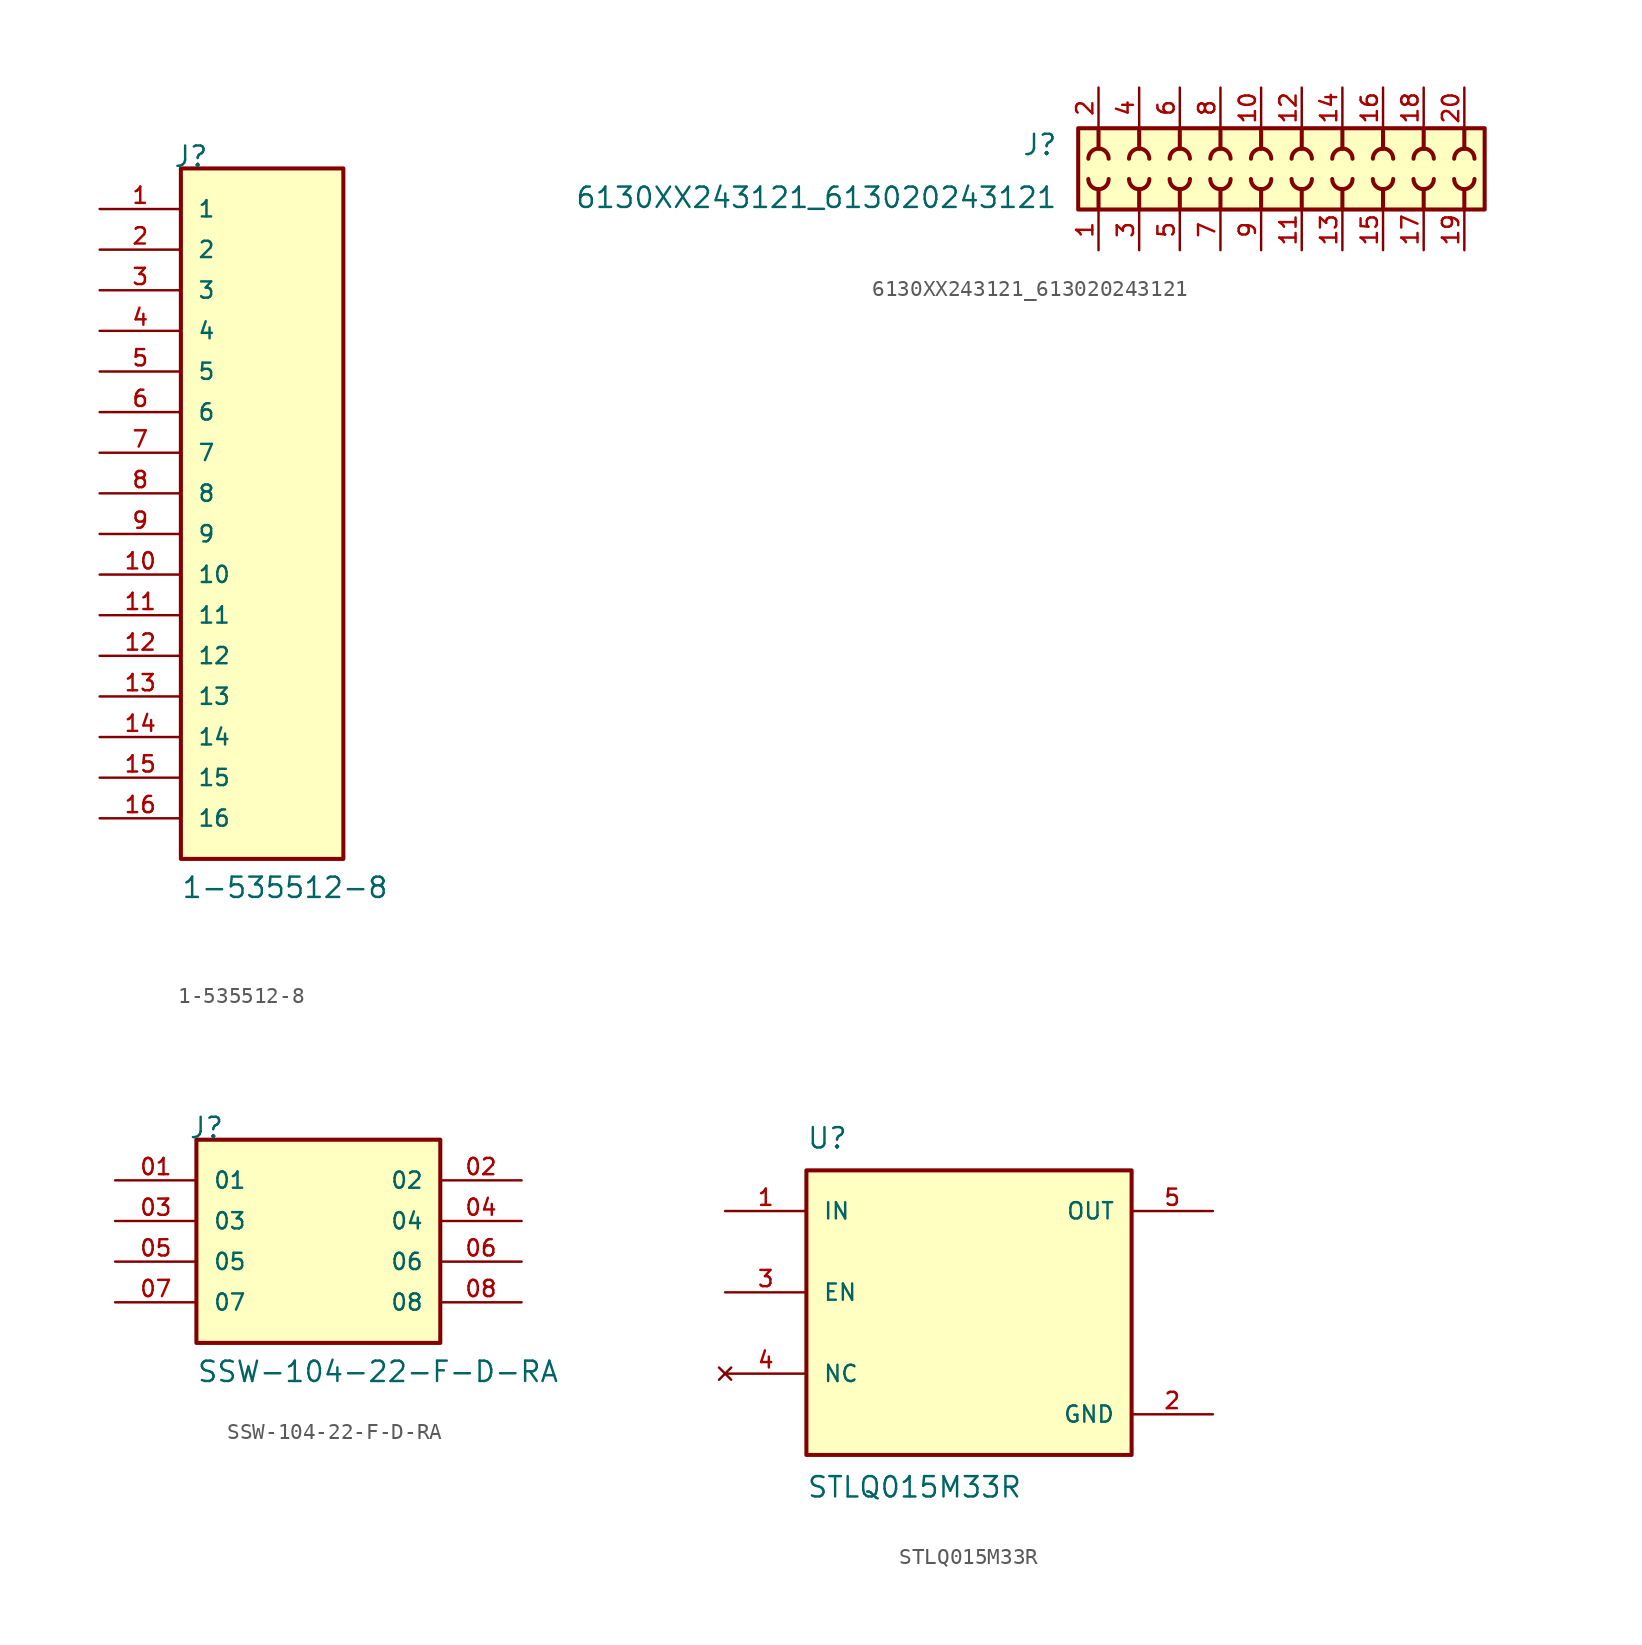
<source format=kicad_sym>
(kicad_symbol_lib
  (version 20241209)
  (generator "kicad_symbol_editor")
  (generator_version "9.0")
  (symbol "1-535512-8"
    (pin_names
      (offset 1.016))
    (property "Reference" "J"
      (at -5.58 22.86 0)
      (effects (font (size 1.27 1.27)) (justify left bottom)))
    (property "Value" "1-535512-8"
      (at -5.08 -22.86 0)
      (effects (font (size 1.27 1.27)) (justify left bottom)))
    (symbol "1-535512-8_0_0"
      (rectangle (start -5.08 -20.32) (end 5.08 22.86) (stroke (width 0.254) (type default)) (fill (type background)))
      (pin passive line (at -10.16 20.32 0) (length 5.08) (name "1" (effects (font (size 1.016 1.016)))) (number "1" (effects (font (size 1.016 1.016)))))
      (pin passive line (at -10.16 17.78 0) (length 5.08) (name "2" (effects (font (size 1.016 1.016)))) (number "2" (effects (font (size 1.016 1.016)))))
      (pin passive line (at -10.16 15.24 0) (length 5.08) (name "3" (effects (font (size 1.016 1.016)))) (number "3" (effects (font (size 1.016 1.016)))))
      (pin passive line (at -10.16 12.7 0) (length 5.08) (name "4" (effects (font (size 1.016 1.016)))) (number "4" (effects (font (size 1.016 1.016)))))
      (pin passive line (at -10.16 10.16 0) (length 5.08) (name "5" (effects (font (size 1.016 1.016)))) (number "5" (effects (font (size 1.016 1.016)))))
      (pin passive line (at -10.16 7.62 0) (length 5.08) (name "6" (effects (font (size 1.016 1.016)))) (number "6" (effects (font (size 1.016 1.016)))))
      (pin passive line (at -10.16 5.08 0) (length 5.08) (name "7" (effects (font (size 1.016 1.016)))) (number "7" (effects (font (size 1.016 1.016)))))
      (pin passive line (at -10.16 2.54 0) (length 5.08) (name "8" (effects (font (size 1.016 1.016)))) (number "8" (effects (font (size 1.016 1.016)))))
      (pin passive line (at -10.16 0 0) (length 5.08) (name "9" (effects (font (size 1.016 1.016)))) (number "9" (effects (font (size 1.016 1.016)))))
      (pin passive line (at -10.16 -2.54 0) (length 5.08) (name "10" (effects (font (size 1.016 1.016)))) (number "10" (effects (font (size 1.016 1.016)))))
      (pin passive line (at -10.16 -5.08 0) (length 5.08) (name "11" (effects (font (size 1.016 1.016)))) (number "11" (effects (font (size 1.016 1.016)))))
      (pin passive line (at -10.16 -7.62 0) (length 5.08) (name "12" (effects (font (size 1.016 1.016)))) (number "12" (effects (font (size 1.016 1.016)))))
      (pin passive line (at -10.16 -10.16 0) (length 5.08) (name "13" (effects (font (size 1.016 1.016)))) (number "13" (effects (font (size 1.016 1.016)))))
      (pin passive line (at -10.16 -12.7 0) (length 5.08) (name "14" (effects (font (size 1.016 1.016)))) (number "14" (effects (font (size 1.016 1.016)))))
      (pin passive line (at -10.16 -15.24 0) (length 5.08) (name "15" (effects (font (size 1.016 1.016)))) (number "15" (effects (font (size 1.016 1.016)))))
      (pin passive line (at -10.16 -17.78 0) (length 5.08) (name "16" (effects (font (size 1.016 1.016)))) (number "16" (effects (font (size 1.016 1.016)))))))
  (symbol "6130XX243121_613020243121"
    (pin_names
      (offset 1.016))
    (property "Reference" "J"
      (at -12.7 0.762 0)
      (effects (font (size 1.27 1.27)) (justify right bottom)))
    (property "Value" "6130XX243121_613020243121"
      (at -12.7 -2.54 0)
      (effects (font (size 1.27 1.27)) (justify right bottom)))
    (symbol "6130XX243121_613020243121_0_0"
      (rectangle (start -11.43 -2.54) (end 13.97 2.54) (stroke (width 0.254) (type default)) (fill (type background)))
      (polyline (pts (xy -10.16 1.27) (xy -10.16 2.54)) (stroke (width 0.254) (type default)) (fill (type none)))
      (arc (start -10.795 0.635) (mid -10.609 1.084) (end -10.16 1.27) (stroke (width 0.254) (type default)) (fill (type none)))
      (arc (start -10.16 1.27) (mid -9.711 1.084) (end -9.525 0.635) (stroke (width 0.254) (type default)) (fill (type none)))
      (arc (start -10.16 -1.27) (mid -10.609 -1.084) (end -10.795 -0.635) (stroke (width 0.254) (type default)) (fill (type none)))
      (arc (start -9.525 -0.635) (mid -9.711 -1.084) (end -10.16 -1.27) (stroke (width 0.254) (type default)) (fill (type none)))
      (polyline (pts (xy -10.16 -1.27) (xy -10.16 -2.54)) (stroke (width 0.254) (type default)) (fill (type none)))
      (polyline (pts (xy -7.62 1.27) (xy -7.62 2.54)) (stroke (width 0.254) (type default)) (fill (type none)))
      (arc (start -8.255 0.635) (mid -8.069 1.084) (end -7.62 1.27) (stroke (width 0.254) (type default)) (fill (type none)))
      (arc (start -7.62 1.27) (mid -7.171 1.084) (end -6.985 0.635) (stroke (width 0.254) (type default)) (fill (type none)))
      (arc (start -7.62 -1.27) (mid -8.069 -1.084) (end -8.255 -0.635) (stroke (width 0.254) (type default)) (fill (type none)))
      (arc (start -6.985 -0.635) (mid -7.171 -1.084) (end -7.62 -1.27) (stroke (width 0.254) (type default)) (fill (type none)))
      (polyline (pts (xy -7.62 -1.27) (xy -7.62 -2.54)) (stroke (width 0.254) (type default)) (fill (type none)))
      (polyline (pts (xy -5.08 1.27) (xy -5.08 2.54)) (stroke (width 0.254) (type default)) (fill (type none)))
      (arc (start -5.715 0.635) (mid -5.529 1.084) (end -5.08 1.27) (stroke (width 0.254) (type default)) (fill (type none)))
      (arc (start -5.08 1.27) (mid -4.631 1.084) (end -4.445 0.635) (stroke (width 0.254) (type default)) (fill (type none)))
      (arc (start -5.08 -1.27) (mid -5.529 -1.084) (end -5.715 -0.635) (stroke (width 0.254) (type default)) (fill (type none)))
      (arc (start -4.445 -0.635) (mid -4.631 -1.084) (end -5.08 -1.27) (stroke (width 0.254) (type default)) (fill (type none)))
      (polyline (pts (xy -5.08 -1.27) (xy -5.08 -2.54)) (stroke (width 0.254) (type default)) (fill (type none)))
      (polyline (pts (xy -2.54 1.27) (xy -2.54 2.54)) (stroke (width 0.254) (type default)) (fill (type none)))
      (arc (start -3.175 0.635) (mid -2.989 1.084) (end -2.54 1.27) (stroke (width 0.254) (type default)) (fill (type none)))
      (arc (start -2.54 1.27) (mid -2.091 1.084) (end -1.905 0.635) (stroke (width 0.254) (type default)) (fill (type none)))
      (arc (start -2.54 -1.27) (mid -2.989 -1.084) (end -3.175 -0.635) (stroke (width 0.254) (type default)) (fill (type none)))
      (arc (start -1.905 -0.635) (mid -2.091 -1.084) (end -2.54 -1.27) (stroke (width 0.254) (type default)) (fill (type none)))
      (polyline (pts (xy -2.54 -1.27) (xy -2.54 -2.54)) (stroke (width 0.254) (type default)) (fill (type none)))
      (polyline (pts (xy 0 1.27) (xy 0 2.54)) (stroke (width 0.254) (type default)) (fill (type none)))
      (arc (start -0.635 0.635) (mid -0.449 1.084) (end 0 1.27) (stroke (width 0.254) (type default)) (fill (type none)))
      (arc (start 0 1.27) (mid 0.449 1.084) (end 0.635 0.635) (stroke (width 0.254) (type default)) (fill (type none)))
      (arc (start 0 -1.27) (mid -0.449 -1.084) (end -0.635 -0.635) (stroke (width 0.254) (type default)) (fill (type none)))
      (arc (start 0.635 -0.635) (mid 0.449 -1.084) (end 0 -1.27) (stroke (width 0.254) (type default)) (fill (type none)))
      (polyline (pts (xy 0 -1.27) (xy 0 -2.54)) (stroke (width 0.254) (type default)) (fill (type none)))
      (polyline (pts (xy 2.54 1.27) (xy 2.54 2.54)) (stroke (width 0.254) (type default)) (fill (type none)))
      (arc (start 1.905 0.635) (mid 2.091 1.084) (end 2.54 1.27) (stroke (width 0.254) (type default)) (fill (type none)))
      (arc (start 2.54 1.27) (mid 2.989 1.084) (end 3.175 0.635) (stroke (width 0.254) (type default)) (fill (type none)))
      (arc (start 2.54 -1.27) (mid 2.091 -1.084) (end 1.905 -0.635) (stroke (width 0.254) (type default)) (fill (type none)))
      (arc (start 3.175 -0.635) (mid 2.989 -1.084) (end 2.54 -1.27) (stroke (width 0.254) (type default)) (fill (type none)))
      (polyline (pts (xy 2.54 -1.27) (xy 2.54 -2.54)) (stroke (width 0.254) (type default)) (fill (type none)))
      (arc (start 5.715 -0.635) (mid 5.5273 -1.0808) (end 5.08 -1.27) (stroke (width 0.254) (type default)) (fill (type none)))
      (polyline (pts (xy 5.08 1.27) (xy 5.08 2.54)) (stroke (width 0.254) (type default)) (fill (type none)))
      (arc (start 5.08 1.27) (mid 5.529 1.084) (end 5.715 0.635) (stroke (width 0.254) (type default)) (fill (type none)))
      (arc (start 5.08 -1.27) (mid 4.631 -1.084) (end 4.445 -0.635) (stroke (width 0.254) (type default)) (fill (type none)))
      (polyline (pts (xy 5.08 -1.27) (xy 5.08 -2.54)) (stroke (width 0.254) (type default)) (fill (type none)))
      (arc (start 4.445 0.635) (mid 4.6327 1.0808) (end 5.08 1.27) (stroke (width 0.254) (type default)) (fill (type none)))
      (arc (start 8.255 -0.635) (mid 8.0673 -1.0808) (end 7.62 -1.27) (stroke (width 0.254) (type default)) (fill (type none)))
      (polyline (pts (xy 7.62 1.27) (xy 7.62 2.54)) (stroke (width 0.254) (type default)) (fill (type none)))
      (arc (start 7.62 1.27) (mid 8.069 1.084) (end 8.255 0.635) (stroke (width 0.254) (type default)) (fill (type none)))
      (arc (start 7.62 -1.27) (mid 7.171 -1.084) (end 6.985 -0.635) (stroke (width 0.254) (type default)) (fill (type none)))
      (polyline (pts (xy 7.62 -1.27) (xy 7.62 -2.54)) (stroke (width 0.254) (type default)) (fill (type none)))
      (arc (start 6.985 0.635) (mid 7.1727 1.0808) (end 7.62 1.27) (stroke (width 0.254) (type default)) (fill (type none)))
      (arc (start 10.795 -0.635) (mid 10.6073 -1.0808) (end 10.16 -1.27) (stroke (width 0.254) (type default)) (fill (type none)))
      (polyline (pts (xy 10.16 1.27) (xy 10.16 2.54)) (stroke (width 0.254) (type default)) (fill (type none)))
      (arc (start 10.16 1.27) (mid 10.609 1.084) (end 10.795 0.635) (stroke (width 0.254) (type default)) (fill (type none)))
      (arc (start 10.16 -1.27) (mid 9.711 -1.084) (end 9.525 -0.635) (stroke (width 0.254) (type default)) (fill (type none)))
      (polyline (pts (xy 10.16 -1.27) (xy 10.16 -2.54)) (stroke (width 0.254) (type default)) (fill (type none)))
      (arc (start 9.525 0.635) (mid 9.7127 1.0808) (end 10.16 1.27) (stroke (width 0.254) (type default)) (fill (type none)))
      (arc (start 13.335 -0.635) (mid 13.1473 -1.0808) (end 12.7 -1.27) (stroke (width 0.254) (type default)) (fill (type none)))
      (polyline (pts (xy 12.7 1.27) (xy 12.7 2.54)) (stroke (width 0.254) (type default)) (fill (type none)))
      (arc (start 12.7 1.27) (mid 13.149 1.084) (end 13.335 0.635) (stroke (width 0.254) (type default)) (fill (type none)))
      (arc (start 12.7 -1.27) (mid 12.251 -1.084) (end 12.065 -0.635) (stroke (width 0.254) (type default)) (fill (type none)))
      (polyline (pts (xy 12.7 -1.27) (xy 12.7 -2.54)) (stroke (width 0.254) (type default)) (fill (type none)))
      (arc (start 12.065 0.635) (mid 12.2527 1.0808) (end 12.7 1.27) (stroke (width 0.254) (type default)) (fill (type none)))
      (pin passive line (at -10.16 5.08 270) (length 2.54) (name "~" (effects (font (size 1.016 1.016)))) (number "2" (effects (font (size 1.016 1.016)))))
      (pin passive line (at -10.16 -5.08 90) (length 2.54) (name "~" (effects (font (size 1.016 1.016)))) (number "1" (effects (font (size 1.016 1.016)))))
      (pin passive line (at -7.62 5.08 270) (length 2.54) (name "~" (effects (font (size 1.016 1.016)))) (number "4" (effects (font (size 1.016 1.016)))))
      (pin passive line (at -7.62 -5.08 90) (length 2.54) (name "~" (effects (font (size 1.016 1.016)))) (number "3" (effects (font (size 1.016 1.016)))))
      (pin passive line (at -5.08 5.08 270) (length 2.54) (name "~" (effects (font (size 1.016 1.016)))) (number "6" (effects (font (size 1.016 1.016)))))
      (pin passive line (at -5.08 -5.08 90) (length 2.54) (name "~" (effects (font (size 1.016 1.016)))) (number "5" (effects (font (size 1.016 1.016)))))
      (pin passive line (at -2.54 5.08 270) (length 2.54) (name "~" (effects (font (size 1.016 1.016)))) (number "8" (effects (font (size 1.016 1.016)))))
      (pin passive line (at -2.54 -5.08 90) (length 2.54) (name "~" (effects (font (size 1.016 1.016)))) (number "7" (effects (font (size 1.016 1.016)))))
      (pin passive line (at 0 5.08 270) (length 2.54) (name "~" (effects (font (size 1.016 1.016)))) (number "10" (effects (font (size 1.016 1.016)))))
      (pin passive line (at 0 -5.08 90) (length 2.54) (name "~" (effects (font (size 1.016 1.016)))) (number "9" (effects (font (size 1.016 1.016)))))
      (pin passive line (at 2.54 5.08 270) (length 2.54) (name "~" (effects (font (size 1.016 1.016)))) (number "12" (effects (font (size 1.016 1.016)))))
      (pin passive line (at 2.54 -5.08 90) (length 2.54) (name "~" (effects (font (size 1.016 1.016)))) (number "11" (effects (font (size 1.016 1.016)))))
      (pin passive line (at 5.08 5.08 270) (length 2.54) (name "~" (effects (font (size 1.016 1.016)))) (number "14" (effects (font (size 1.016 1.016)))))
      (pin passive line (at 5.08 -5.08 90) (length 2.54) (name "~" (effects (font (size 1.016 1.016)))) (number "13" (effects (font (size 1.016 1.016)))))
      (pin passive line (at 7.62 5.08 270) (length 2.54) (name "~" (effects (font (size 1.016 1.016)))) (number "16" (effects (font (size 1.016 1.016)))))
      (pin passive line (at 7.62 -5.08 90) (length 2.54) (name "~" (effects (font (size 1.016 1.016)))) (number "15" (effects (font (size 1.016 1.016)))))
      (pin passive line (at 10.16 5.08 270) (length 2.54) (name "~" (effects (font (size 1.016 1.016)))) (number "18" (effects (font (size 1.016 1.016)))))
      (pin passive line (at 10.16 -5.08 90) (length 2.54) (name "~" (effects (font (size 1.016 1.016)))) (number "17" (effects (font (size 1.016 1.016)))))
      (pin passive line (at 12.7 5.08 270) (length 2.54) (name "~" (effects (font (size 1.016 1.016)))) (number "20" (effects (font (size 1.016 1.016)))))
      (pin passive line (at 12.7 -5.08 90) (length 2.54) (name "~" (effects (font (size 1.016 1.016)))) (number "19" (effects (font (size 1.016 1.016)))))))
  (symbol "SSW-104-22-F-D-RA"
    (pin_names
      (offset 1.016))
    (property "Reference" "J"
      (at -8.12 7.62 0)
      (effects (font (size 1.27 1.27)) (justify left bottom)))
    (property "Value" "SSW-104-22-F-D-RA"
      (at -7.62 -7.62 0)
      (effects (font (size 1.27 1.27)) (justify left bottom)))
    (symbol "SSW-104-22-F-D-RA_0_0"
      (rectangle (start -7.62 -5.08) (end 7.62 7.62) (stroke (width 0.254) (type default)) (fill (type background)))
      (pin passive line (at -12.7 5.08 0) (length 5.08) (name "01" (effects (font (size 1.016 1.016)))) (number "01" (effects (font (size 1.016 1.016)))))
      (pin passive line (at -12.7 2.54 0) (length 5.08) (name "03" (effects (font (size 1.016 1.016)))) (number "03" (effects (font (size 1.016 1.016)))))
      (pin passive line (at -12.7 0 0) (length 5.08) (name "05" (effects (font (size 1.016 1.016)))) (number "05" (effects (font (size 1.016 1.016)))))
      (pin passive line (at -12.7 -2.54 0) (length 5.08) (name "07" (effects (font (size 1.016 1.016)))) (number "07" (effects (font (size 1.016 1.016)))))
      (pin passive line (at 12.7 5.08 180) (length 5.08) (name "02" (effects (font (size 1.016 1.016)))) (number "02" (effects (font (size 1.016 1.016)))))
      (pin passive line (at 12.7 2.54 180) (length 5.08) (name "04" (effects (font (size 1.016 1.016)))) (number "04" (effects (font (size 1.016 1.016)))))
      (pin passive line (at 12.7 0 180) (length 5.08) (name "06" (effects (font (size 1.016 1.016)))) (number "06" (effects (font (size 1.016 1.016)))))
      (pin passive line (at 12.7 -2.54 180) (length 5.08) (name "08" (effects (font (size 1.016 1.016)))) (number "08" (effects (font (size 1.016 1.016)))))))
  (symbol "STLQ015M33R"
    (pin_names
      (offset 1.016))
    (property "Reference" "U"
      (at -10.16 8.89 0)
      (effects (font (size 1.27 1.27)) (justify left bottom)))
    (property "Value" "STLQ015M33R"
      (at -10.16 -11.43 0)
      (effects (font (size 1.27 1.27)) (justify left top)))
    (symbol "STLQ015M33R_0_0"
      (rectangle (start -10.16 -10.16) (end 10.16 7.62) (stroke (width 0.254) (type default)) (fill (type background)))
      (pin input line (at -15.24 5.08 0) (length 5.08) (name "IN" (effects (font (size 1.016 1.016)))) (number "1" (effects (font (size 1.016 1.016)))))
      (pin input line (at -15.24 0 0) (length 5.08) (name "EN" (effects (font (size 1.016 1.016)))) (number "3" (effects (font (size 1.016 1.016)))))
      (pin no_connect line (at -15.24 -5.08 0) (length 5.08) (name "NC" (effects (font (size 1.016 1.016)))) (number "4" (effects (font (size 1.016 1.016)))))
      (pin output line (at 15.24 5.08 180) (length 5.08) (name "OUT" (effects (font (size 1.016 1.016)))) (number "5" (effects (font (size 1.016 1.016)))))
      (pin power_in line (at 15.24 -7.62 180) (length 5.08) (name "GND" (effects (font (size 1.016 1.016)))) (number "2" (effects (font (size 1.016 1.016))))))))
</source>
